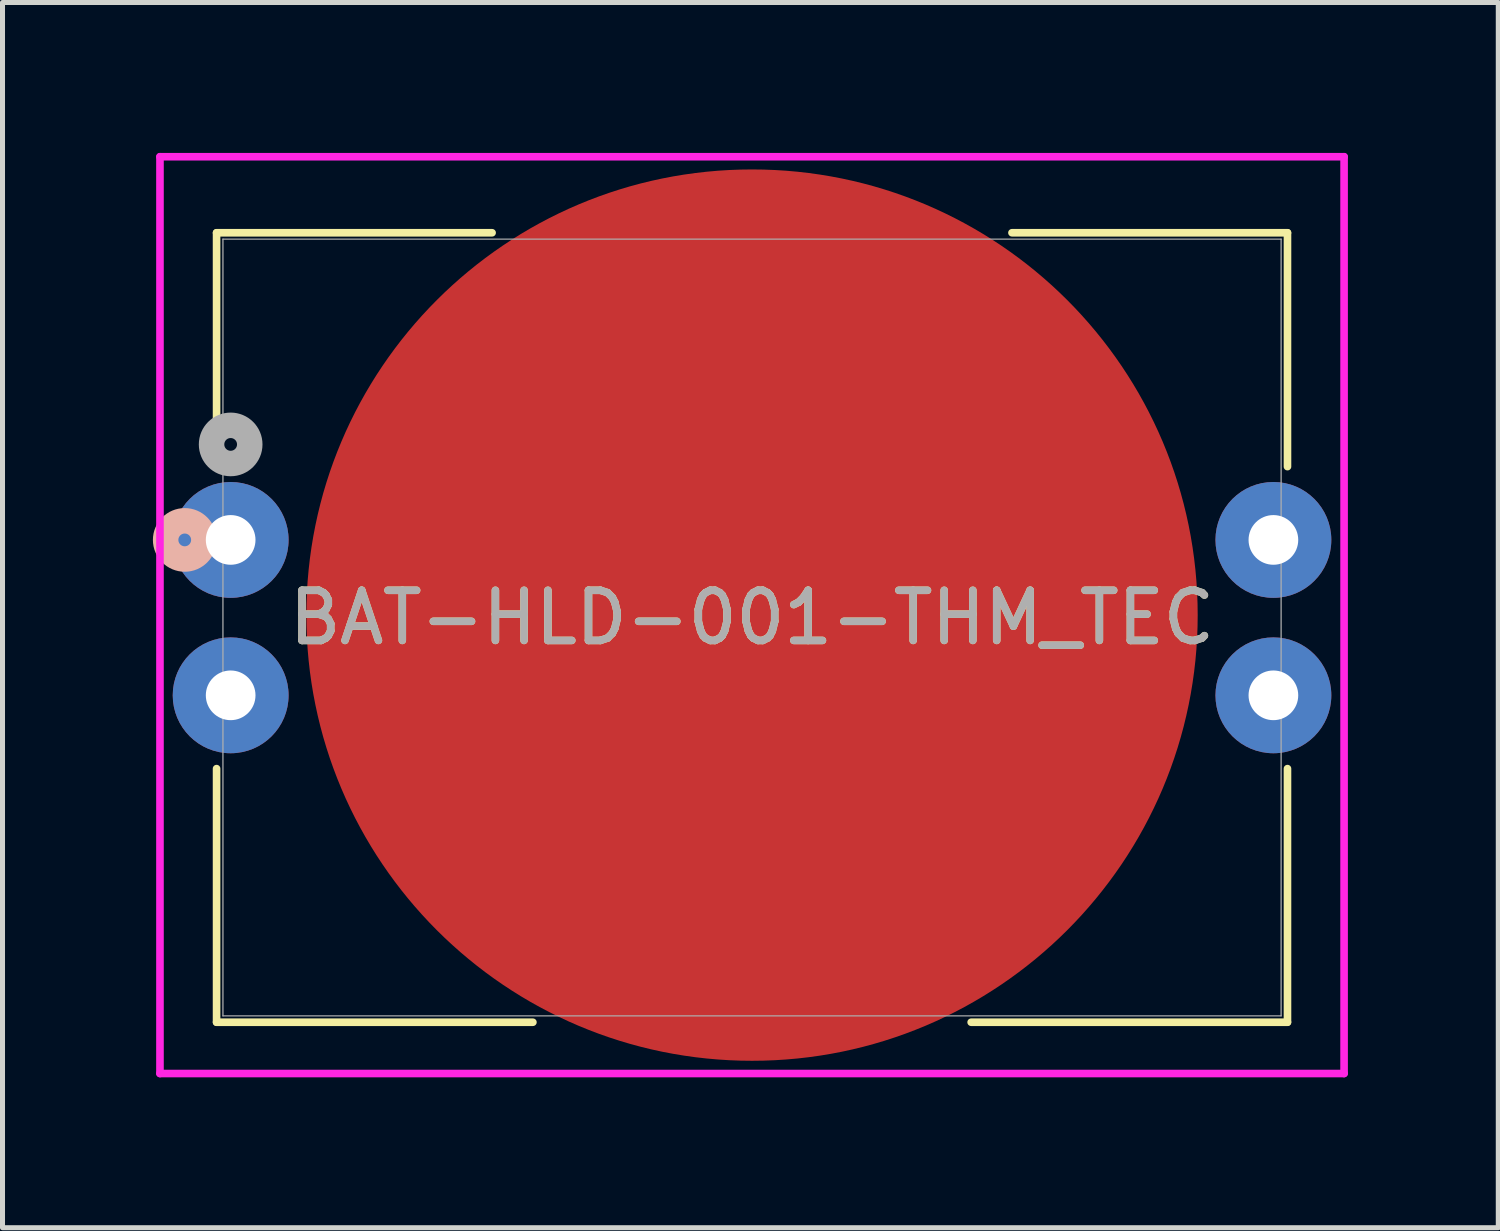
<source format=kicad_pcb>
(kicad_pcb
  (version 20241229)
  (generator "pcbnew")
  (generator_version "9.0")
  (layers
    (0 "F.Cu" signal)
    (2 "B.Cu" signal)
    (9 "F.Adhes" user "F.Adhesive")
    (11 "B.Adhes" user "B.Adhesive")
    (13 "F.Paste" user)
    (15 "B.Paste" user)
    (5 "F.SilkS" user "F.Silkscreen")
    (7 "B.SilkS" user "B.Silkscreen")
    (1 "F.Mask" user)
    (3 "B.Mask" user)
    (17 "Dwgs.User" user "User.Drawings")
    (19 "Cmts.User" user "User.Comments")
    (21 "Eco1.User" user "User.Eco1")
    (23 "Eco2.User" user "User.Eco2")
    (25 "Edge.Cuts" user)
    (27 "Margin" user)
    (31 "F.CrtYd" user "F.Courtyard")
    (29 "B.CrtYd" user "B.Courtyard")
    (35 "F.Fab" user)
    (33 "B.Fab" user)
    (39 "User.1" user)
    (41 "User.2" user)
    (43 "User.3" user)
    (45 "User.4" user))
  (footprint "BAT-HLD-001-THM_TEC"
    (layer "F.Cu")
    (at 1.551 7.72)
    (property "Reference" "BAT-HLD-001-THM_TEC" (at 10.4 1.55 0) (unlocked yes) (layer "F.SilkS") (effects (font (size 1 1) (thickness 0.15))))
    (attr through_hole)
    (fp_line (start -0.281 -6.127) (end -0.281 -1.462) (stroke (width 0.152) (type solid)) (layer "F.SilkS"))
    (fp_line (start -0.281 4.562) (end -0.281 9.621) (stroke (width 0.152) (type solid)) (layer "F.SilkS"))
    (fp_line (start -0.281 9.621) (end 6.029 9.621) (stroke (width 0.152) (type solid)) (layer "F.SilkS"))
    (fp_line (start 5.215 -6.127) (end -0.281 -6.127) (stroke (width 0.152) (type solid)) (layer "F.SilkS"))
    (fp_line (start 14.771 9.621) (end 21.081 9.621) (stroke (width 0.152) (type solid)) (layer "F.SilkS"))
    (fp_line (start 21.081 -6.127) (end 15.585 -6.127) (stroke (width 0.152) (type solid)) (layer "F.SilkS"))
    (fp_line (start 21.081 -1.462) (end 21.081 -6.127) (stroke (width 0.152) (type solid)) (layer "F.SilkS"))
    (fp_line (start 21.081 9.621) (end 21.081 4.562) (stroke (width 0.152) (type solid)) (layer "F.SilkS"))
    (fp_circle (center -0.916 0) (end -0.535 0) (stroke (width 0.508) (type solid)) (fill no) (layer "B.SilkS"))
    (fp_line (start -1.41 -7.644) (end -1.41 10.644) (stroke (width 0.152) (type solid)) (layer "F.CrtYd"))
    (fp_line (start -1.41 10.644) (end 22.21 10.644) (stroke (width 0.152) (type solid)) (layer "F.CrtYd"))
    (fp_line (start 22.21 -7.644) (end -1.41 -7.644) (stroke (width 0.152) (type solid)) (layer "F.CrtYd"))
    (fp_line (start 22.21 10.644) (end 22.21 -7.644) (stroke (width 0.152) (type solid)) (layer "F.CrtYd"))
    (fp_line (start -0.154 -6) (end -0.154 9.494) (stroke (width 0.025) (type solid)) (layer "F.Fab"))
    (fp_line (start -0.154 9.494) (end 20.954 9.494) (stroke (width 0.025) (type solid)) (layer "F.Fab"))
    (fp_line (start 20.954 -6) (end -0.154 -6) (stroke (width 0.025) (type solid)) (layer "F.Fab"))
    (fp_line (start 20.954 9.494) (end 20.954 -6) (stroke (width 0.025) (type solid)) (layer "F.Fab"))
    (fp_circle (center 0 -1.905) (end 0.381 -1.905) (stroke (width 0.508) (type solid)) (fill no) (layer "F.Fab"))
    (fp_text user "${REFERENCE}" (at 10.4 1.55 0) (unlocked yes) (layer "F.Fab") (effects (font (size 1 1) (thickness 0.15))))
    (pad "1" thru_hole circle (at 0 0) (size 2.311 2.311) (drill 0.991) (layers "*.Cu" "*.Mask"))
    (pad "1" thru_hole circle (at 0 3.1) (size 2.311 2.311) (drill 0.991) (layers "*.Cu" "*.Mask"))
    (pad "1" thru_hole circle (at 20.8 0) (size 2.311 2.311) (drill 0.991) (layers "*.Cu" "*.Mask"))
    (pad "1" thru_hole circle (at 20.8 3.1) (size 2.311 2.311) (drill 0.991) (layers "*.Cu" "*.Mask"))
    (pad "2" smd circle (at 10.4 1.5) (size 17.78 17.78) (layers "F.Cu" "F.Mask" "F.Paste")))
  (gr_rect
    (start -3 -3)
    (end 26.837 21.44)
    (stroke (width 0.1) (type default))
    (fill no)
    (layer "Edge.Cuts")))
</source>
